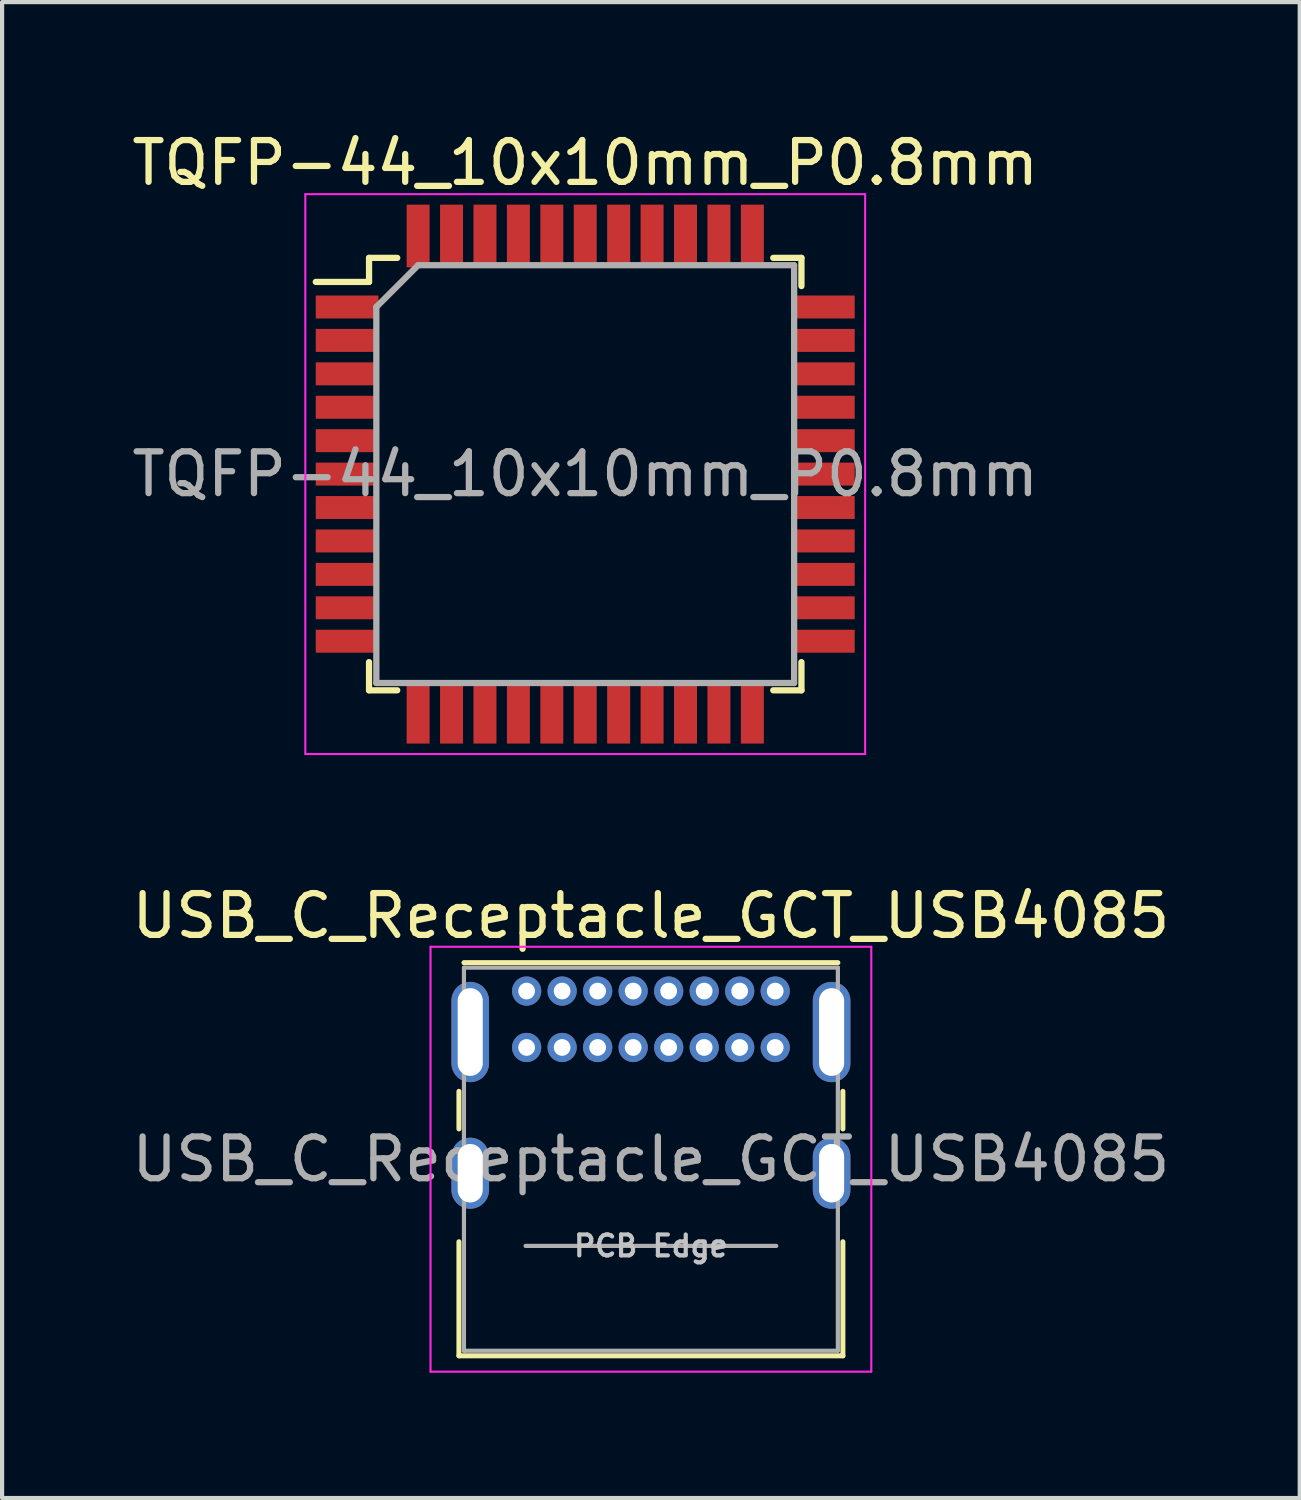
<source format=kicad_pcb>
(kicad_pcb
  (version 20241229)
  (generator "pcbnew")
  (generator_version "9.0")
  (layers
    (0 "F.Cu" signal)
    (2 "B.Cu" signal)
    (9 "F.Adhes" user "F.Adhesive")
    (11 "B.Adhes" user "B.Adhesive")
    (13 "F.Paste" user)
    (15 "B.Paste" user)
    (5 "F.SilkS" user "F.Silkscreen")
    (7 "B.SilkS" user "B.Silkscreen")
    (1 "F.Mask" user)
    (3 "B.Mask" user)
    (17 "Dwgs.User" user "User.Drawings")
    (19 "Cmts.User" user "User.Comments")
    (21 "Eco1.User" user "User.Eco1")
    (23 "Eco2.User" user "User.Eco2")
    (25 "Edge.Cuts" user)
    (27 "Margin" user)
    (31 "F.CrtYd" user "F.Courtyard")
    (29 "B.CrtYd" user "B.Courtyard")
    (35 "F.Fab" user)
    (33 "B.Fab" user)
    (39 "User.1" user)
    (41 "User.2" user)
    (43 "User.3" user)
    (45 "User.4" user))
  (footprint "USB_C_Receptacle_GCT_USB4085"
    (layer "F.Cu")
    (at 9.555 20.672)
    (property "Reference" "USB_C_Receptacle_GCT_USB4085" (at 2.975 -1.8 0) (layer "F.SilkS") (effects (font (size 1 1) (thickness 0.15))))
    (attr through_hole)
    (fp_line (start -1.62 2.4) (end -1.62 3.3) (stroke (width 0.12) (type solid)) (layer "F.SilkS"))
    (fp_line (start -1.62 6) (end -1.62 8.73) (stroke (width 0.12) (type solid)) (layer "F.SilkS"))
    (fp_line (start -1.62 8.73) (end 7.57 8.73) (stroke (width 0.12) (type solid)) (layer "F.SilkS"))
    (fp_line (start -1.5 -0.68) (end 7.45 -0.68) (stroke (width 0.12) (type solid)) (layer "F.SilkS"))
    (fp_line (start 7.57 2.4) (end 7.57 3.3) (stroke (width 0.12) (type solid)) (layer "F.SilkS"))
    (fp_line (start 7.57 6) (end 7.57 8.73) (stroke (width 0.12) (type solid)) (layer "F.SilkS"))
    (fp_line (start -2.3 -1.06) (end -2.3 9.11) (stroke (width 0.05) (type solid)) (layer "F.CrtYd"))
    (fp_line (start -2.3 -1.06) (end 8.25 -1.06) (stroke (width 0.05) (type solid)) (layer "F.CrtYd"))
    (fp_line (start -2.3 9.11) (end 8.25 9.11) (stroke (width 0.05) (type solid)) (layer "F.CrtYd"))
    (fp_line (start 8.25 -1.06) (end 8.25 9.11) (stroke (width 0.05) (type solid)) (layer "F.CrtYd"))
    (fp_line (start -1.5 -0.56) (end -1.5 8.61) (stroke (width 0.1) (type solid)) (layer "F.Fab"))
    (fp_line (start -1.5 -0.56) (end 7.45 -0.56) (stroke (width 0.1) (type solid)) (layer "F.Fab"))
    (fp_line (start -1.5 8.61) (end 7.45 8.61) (stroke (width 0.1) (type solid)) (layer "F.Fab"))
    (fp_line (start -0.025 6.1) (end 5.975 6.1) (stroke (width 0.1) (type solid)) (layer "F.Fab"))
    (fp_line (start 7.45 -0.56) (end 7.45 8.61) (stroke (width 0.1) (type solid)) (layer "F.Fab"))
    (fp_text user "PCB Edge" (at 2.975 6.1 0) (layer "Dwgs.User") (effects (font (size 0.5 0.5) (thickness 0.1))))
    (fp_text user "${REFERENCE}" (at 2.975 4.025 0) (layer "F.Fab") (effects (font (size 1 1) (thickness 0.15))))
    (pad "A1" thru_hole circle (at 0 0) (size 0.7 0.7) (drill 0.4) (layers "*.Cu" "*.Mask"))
    (pad "A4" thru_hole circle (at 0.85 0) (size 0.7 0.7) (drill 0.4) (layers "*.Cu" "*.Mask"))
    (pad "A5" thru_hole circle (at 1.7 0) (size 0.7 0.7) (drill 0.4) (layers "*.Cu" "*.Mask"))
    (pad "A6" thru_hole circle (at 2.55 0) (size 0.7 0.7) (drill 0.4) (layers "*.Cu" "*.Mask"))
    (pad "A7" thru_hole circle (at 3.4 0) (size 0.7 0.7) (drill 0.4) (layers "*.Cu" "*.Mask"))
    (pad "A8" thru_hole circle (at 4.25 0) (size 0.7 0.7) (drill 0.4) (layers "*.Cu" "*.Mask"))
    (pad "A9" thru_hole circle (at 5.1 0) (size 0.7 0.7) (drill 0.4) (layers "*.Cu" "*.Mask"))
    (pad "A12" thru_hole circle (at 5.95 0) (size 0.7 0.7) (drill 0.4) (layers "*.Cu" "*.Mask"))
    (pad "B1" thru_hole circle (at 5.95 1.35) (size 0.7 0.7) (drill 0.4) (layers "*.Cu" "*.Mask"))
    (pad "B4" thru_hole circle (at 5.1 1.35) (size 0.7 0.7) (drill 0.4) (layers "*.Cu" "*.Mask"))
    (pad "B5" thru_hole circle (at 4.25 1.35) (size 0.7 0.7) (drill 0.4) (layers "*.Cu" "*.Mask"))
    (pad "B6" thru_hole circle (at 3.4 1.35) (size 0.7 0.7) (drill 0.4) (layers "*.Cu" "*.Mask"))
    (pad "B7" thru_hole circle (at 2.55 1.35) (size 0.7 0.7) (drill 0.4) (layers "*.Cu" "*.Mask"))
    (pad "B8" thru_hole circle (at 1.7 1.35) (size 0.7 0.7) (drill 0.4) (layers "*.Cu" "*.Mask"))
    (pad "B9" thru_hole circle (at 0.85 1.35) (size 0.7 0.7) (drill 0.4) (layers "*.Cu" "*.Mask"))
    (pad "B12" thru_hole circle (at 0 1.35) (size 0.7 0.7) (drill 0.4) (layers "*.Cu" "*.Mask"))
    (pad "S1" thru_hole oval (at -1.35 0.98) (size 0.9 2.4) (drill oval 0.6 2.1) (layers "*.Cu" "*.Mask"))
    (pad "S1" thru_hole oval (at -1.35 4.36) (size 0.9 1.7) (drill oval 0.6 1.4) (layers "*.Cu" "*.Mask"))
    (pad "S1" thru_hole oval (at 7.3 0.98) (size 0.9 2.4) (drill oval 0.6 2.1) (layers "*.Cu" "*.Mask"))
    (pad "S1" thru_hole oval (at 7.3 4.36) (size 0.9 1.7) (drill oval 0.6 1.4) (layers "*.Cu" "*.Mask")))
  (footprint "TQFP-44_10x10mm_P0.8mm"
    (layer "F.Cu")
    (at 10.958 8.298)
    (property "Reference" "TQFP-44_10x10mm_P0.8mm" (at 0 -7.45 180) (layer "F.SilkS") (effects (font (size 1 1) (thickness 0.15))))
    (attr smd)
    (fp_line (start -5.175 -5.175) (end -5.175 -4.6) (stroke (width 0.15) (type solid)) (layer "F.SilkS"))
    (fp_line (start -5.175 -5.175) (end -4.5 -5.175) (stroke (width 0.15) (type solid)) (layer "F.SilkS"))
    (fp_line (start -5.175 -4.6) (end -6.45 -4.6) (stroke (width 0.15) (type solid)) (layer "F.SilkS"))
    (fp_line (start -5.175 5.175) (end -5.175 4.5) (stroke (width 0.15) (type solid)) (layer "F.SilkS"))
    (fp_line (start -5.175 5.175) (end -4.5 5.175) (stroke (width 0.15) (type solid)) (layer "F.SilkS"))
    (fp_line (start 5.175 -5.175) (end 4.5 -5.175) (stroke (width 0.15) (type solid)) (layer "F.SilkS"))
    (fp_line (start 5.175 -5.175) (end 5.175 -4.5) (stroke (width 0.15) (type solid)) (layer "F.SilkS"))
    (fp_line (start 5.175 5.175) (end 4.5 5.175) (stroke (width 0.15) (type solid)) (layer "F.SilkS"))
    (fp_line (start 5.175 5.175) (end 5.175 4.5) (stroke (width 0.15) (type solid)) (layer "F.SilkS"))
    (fp_line (start -6.7 -6.7) (end -6.7 6.7) (stroke (width 0.05) (type solid)) (layer "F.CrtYd"))
    (fp_line (start -6.7 -6.7) (end 6.7 -6.7) (stroke (width 0.05) (type solid)) (layer "F.CrtYd"))
    (fp_line (start -6.7 6.7) (end 6.7 6.7) (stroke (width 0.05) (type solid)) (layer "F.CrtYd"))
    (fp_line (start 6.7 -6.7) (end 6.7 6.7) (stroke (width 0.05) (type solid)) (layer "F.CrtYd"))
    (fp_line (start -5 -4) (end -4 -5) (stroke (width 0.15) (type solid)) (layer "F.Fab"))
    (fp_line (start -5 5) (end -5 -4) (stroke (width 0.15) (type solid)) (layer "F.Fab"))
    (fp_line (start -4 -5) (end 5 -5) (stroke (width 0.15) (type solid)) (layer "F.Fab"))
    (fp_line (start 5 -5) (end 5 5) (stroke (width 0.15) (type solid)) (layer "F.Fab"))
    (fp_line (start 5 5) (end -5 5) (stroke (width 0.15) (type solid)) (layer "F.Fab"))
    (fp_text user "${REFERENCE}" (at 0 0 180) (layer "F.Fab") (effects (font (size 1 1) (thickness 0.15))))
    (pad "1" smd rect (at -5.7 -4) (size 1.5 0.55) (layers "F.Cu" "F.Mask" "F.Paste"))
    (pad "2" smd rect (at -5.7 -3.2) (size 1.5 0.55) (layers "F.Cu" "F.Mask" "F.Paste"))
    (pad "3" smd rect (at -5.7 -2.4) (size 1.5 0.55) (layers "F.Cu" "F.Mask" "F.Paste"))
    (pad "4" smd rect (at -5.7 -1.6) (size 1.5 0.55) (layers "F.Cu" "F.Mask" "F.Paste"))
    (pad "5" smd rect (at -5.7 -0.8) (size 1.5 0.55) (layers "F.Cu" "F.Mask" "F.Paste"))
    (pad "6" smd rect (at -5.7 0) (size 1.5 0.55) (layers "F.Cu" "F.Mask" "F.Paste"))
    (pad "7" smd rect (at -5.7 0.8) (size 1.5 0.55) (layers "F.Cu" "F.Mask" "F.Paste"))
    (pad "8" smd rect (at -5.7 1.6) (size 1.5 0.55) (layers "F.Cu" "F.Mask" "F.Paste"))
    (pad "9" smd rect (at -5.7 2.4) (size 1.5 0.55) (layers "F.Cu" "F.Mask" "F.Paste"))
    (pad "10" smd rect (at -5.7 3.2) (size 1.5 0.55) (layers "F.Cu" "F.Mask" "F.Paste"))
    (pad "11" smd rect (at -5.7 4) (size 1.5 0.55) (layers "F.Cu" "F.Mask" "F.Paste"))
    (pad "12" smd rect (at -4 5.7 90) (size 1.5 0.55) (layers "F.Cu" "F.Mask" "F.Paste"))
    (pad "13" smd rect (at -3.2 5.7 90) (size 1.5 0.55) (layers "F.Cu" "F.Mask" "F.Paste"))
    (pad "14" smd rect (at -2.4 5.7 90) (size 1.5 0.55) (layers "F.Cu" "F.Mask" "F.Paste"))
    (pad "15" smd rect (at -1.6 5.7 90) (size 1.5 0.55) (layers "F.Cu" "F.Mask" "F.Paste"))
    (pad "16" smd rect (at -0.8 5.7 90) (size 1.5 0.55) (layers "F.Cu" "F.Mask" "F.Paste"))
    (pad "17" smd rect (at 0 5.7 90) (size 1.5 0.55) (layers "F.Cu" "F.Mask" "F.Paste"))
    (pad "18" smd rect (at 0.8 5.7 90) (size 1.5 0.55) (layers "F.Cu" "F.Mask" "F.Paste"))
    (pad "19" smd rect (at 1.6 5.7 90) (size 1.5 0.55) (layers "F.Cu" "F.Mask" "F.Paste"))
    (pad "20" smd rect (at 2.4 5.7 90) (size 1.5 0.55) (layers "F.Cu" "F.Mask" "F.Paste"))
    (pad "21" smd rect (at 3.2 5.7 90) (size 1.5 0.55) (layers "F.Cu" "F.Mask" "F.Paste"))
    (pad "22" smd rect (at 4 5.7 90) (size 1.5 0.55) (layers "F.Cu" "F.Mask" "F.Paste"))
    (pad "23" smd rect (at 5.7 4) (size 1.5 0.55) (layers "F.Cu" "F.Mask" "F.Paste"))
    (pad "24" smd rect (at 5.7 3.2) (size 1.5 0.55) (layers "F.Cu" "F.Mask" "F.Paste"))
    (pad "25" smd rect (at 5.7 2.4) (size 1.5 0.55) (layers "F.Cu" "F.Mask" "F.Paste"))
    (pad "26" smd rect (at 5.7 1.6) (size 1.5 0.55) (layers "F.Cu" "F.Mask" "F.Paste"))
    (pad "27" smd rect (at 5.7 0.8) (size 1.5 0.55) (layers "F.Cu" "F.Mask" "F.Paste"))
    (pad "28" smd rect (at 5.7 0) (size 1.5 0.55) (layers "F.Cu" "F.Mask" "F.Paste"))
    (pad "29" smd rect (at 5.7 -0.8) (size 1.5 0.55) (layers "F.Cu" "F.Mask" "F.Paste"))
    (pad "30" smd rect (at 5.7 -1.6) (size 1.5 0.55) (layers "F.Cu" "F.Mask" "F.Paste"))
    (pad "31" smd rect (at 5.7 -2.4) (size 1.5 0.55) (layers "F.Cu" "F.Mask" "F.Paste"))
    (pad "32" smd rect (at 5.7 -3.2) (size 1.5 0.55) (layers "F.Cu" "F.Mask" "F.Paste"))
    (pad "33" smd rect (at 5.7 -4) (size 1.5 0.55) (layers "F.Cu" "F.Mask" "F.Paste"))
    (pad "34" smd rect (at 4 -5.7 90) (size 1.5 0.55) (layers "F.Cu" "F.Mask" "F.Paste"))
    (pad "35" smd rect (at 3.2 -5.7 90) (size 1.5 0.55) (layers "F.Cu" "F.Mask" "F.Paste"))
    (pad "36" smd rect (at 2.4 -5.7 90) (size 1.5 0.55) (layers "F.Cu" "F.Mask" "F.Paste"))
    (pad "37" smd rect (at 1.6 -5.7 90) (size 1.5 0.55) (layers "F.Cu" "F.Mask" "F.Paste"))
    (pad "38" smd rect (at 0.8 -5.7 90) (size 1.5 0.55) (layers "F.Cu" "F.Mask" "F.Paste"))
    (pad "39" smd rect (at 0 -5.7 90) (size 1.5 0.55) (layers "F.Cu" "F.Mask" "F.Paste"))
    (pad "40" smd rect (at -0.8 -5.7 90) (size 1.5 0.55) (layers "F.Cu" "F.Mask" "F.Paste"))
    (pad "41" smd rect (at -1.6 -5.7 90) (size 1.5 0.55) (layers "F.Cu" "F.Mask" "F.Paste"))
    (pad "42" smd rect (at -2.4 -5.7 90) (size 1.5 0.55) (layers "F.Cu" "F.Mask" "F.Paste"))
    (pad "43" smd rect (at -3.2 -5.7 90) (size 1.5 0.55) (layers "F.Cu" "F.Mask" "F.Paste"))
    (pad "44" smd rect (at -4 -5.7 90) (size 1.5 0.55) (layers "F.Cu" "F.Mask" "F.Paste")))
  (gr_rect
    (start -3 -3)
    (end 28.06 32.806)
    (stroke (width 0.1) (type default))
    (fill no)
    (layer "Edge.Cuts")))
</source>
